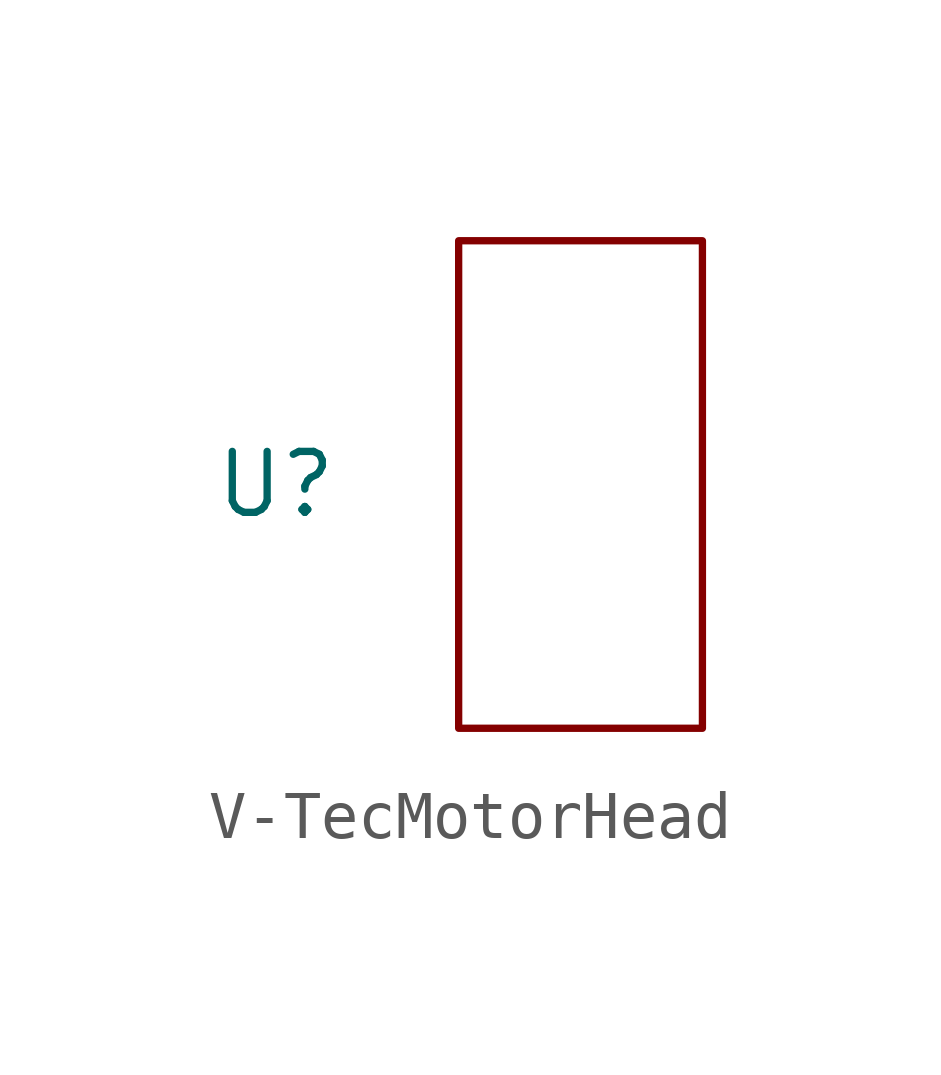
<source format=kicad_sym>
(kicad_symbol_lib
  (version 20220914)
  (generator kicad_symbol_editor)
  (symbol "V-TecMotorHead"
    (property "Reference" "U"
      (at 0 0 0)
      (effects (font (size 1.27 1.27))))
    (property "Value" ""
      (at 0 0 0)
      (effects (font (size 1.27 1.27))))
    (symbol "V-TecMotorHead_0_1"
      (rectangle (start 8.89 -5.08) (end 3.81 5.08) (stroke (width 0) (type default)) (fill (type none))))))
</source>
